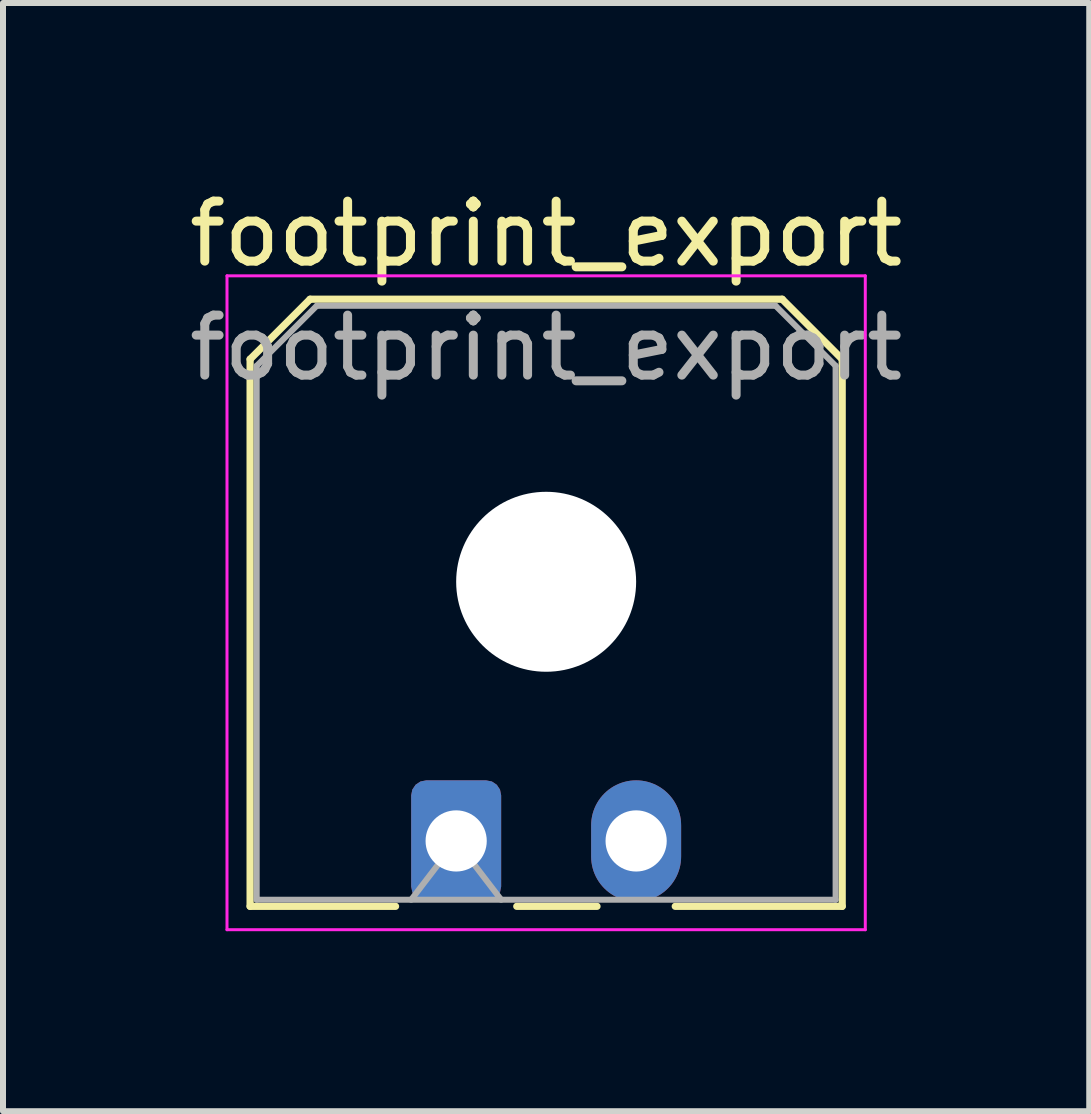
<source format=kicad_pcb>
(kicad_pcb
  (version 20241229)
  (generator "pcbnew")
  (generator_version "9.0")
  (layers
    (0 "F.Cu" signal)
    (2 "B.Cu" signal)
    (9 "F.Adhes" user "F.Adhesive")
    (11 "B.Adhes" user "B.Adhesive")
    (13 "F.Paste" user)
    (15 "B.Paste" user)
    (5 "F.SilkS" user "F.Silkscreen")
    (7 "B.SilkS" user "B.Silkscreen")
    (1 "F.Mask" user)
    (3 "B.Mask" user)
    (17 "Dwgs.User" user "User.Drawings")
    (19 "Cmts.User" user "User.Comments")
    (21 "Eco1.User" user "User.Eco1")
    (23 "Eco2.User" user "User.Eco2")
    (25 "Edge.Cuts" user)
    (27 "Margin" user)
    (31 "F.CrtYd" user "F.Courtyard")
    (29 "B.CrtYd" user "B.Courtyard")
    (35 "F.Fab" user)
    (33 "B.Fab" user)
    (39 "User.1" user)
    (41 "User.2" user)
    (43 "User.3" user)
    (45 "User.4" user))
  (footprint "footprint_export"
    (layer "F.Cu")
    (at 4.554 10.968)
    (property "Reference" "footprint_export" (at 1.5 -10.12 0) (layer "F.SilkS") (effects (font (size 1 1) (thickness 0.15))))
    (attr through_hole)
    (fp_line (start -3.435 -8.03) (end -2.435 -9.03) (stroke (width 0.12) (type solid)) (layer "F.SilkS"))
    (fp_line (start -3.435 1.09) (end -3.435 -8.03) (stroke (width 0.12) (type solid)) (layer "F.SilkS"))
    (fp_line (start -3.435 1.09) (end -1.01 1.09) (stroke (width 0.12) (type solid)) (layer "F.SilkS"))
    (fp_line (start -2.435 -9.03) (end 5.435 -9.03) (stroke (width 0.12) (type solid)) (layer "F.SilkS"))
    (fp_line (start 1.01 1.09) (end 2.348 1.09) (stroke (width 0.12) (type solid)) (layer "F.SilkS"))
    (fp_line (start 5.435 -9.03) (end 6.435 -8.03) (stroke (width 0.12) (type solid)) (layer "F.SilkS"))
    (fp_line (start 6.435 -8.03) (end 6.435 1.09) (stroke (width 0.12) (type solid)) (layer "F.SilkS"))
    (fp_line (start 6.435 1.09) (end 3.652 1.09) (stroke (width 0.12) (type solid)) (layer "F.SilkS"))
    (fp_line (start -3.82 -9.42) (end 6.82 -9.42) (stroke (width 0.05) (type solid)) (layer "F.CrtYd"))
    (fp_line (start -3.82 1.48) (end -3.82 -9.42) (stroke (width 0.05) (type solid)) (layer "F.CrtYd"))
    (fp_line (start 6.82 -9.42) (end 6.82 1.48) (stroke (width 0.05) (type solid)) (layer "F.CrtYd"))
    (fp_line (start 6.82 1.48) (end -3.82 1.48) (stroke (width 0.05) (type solid)) (layer "F.CrtYd"))
    (fp_line (start -3.325 -7.92) (end -2.325 -8.92) (stroke (width 0.1) (type solid)) (layer "F.Fab"))
    (fp_line (start -3.325 0.98) (end -3.325 -7.92) (stroke (width 0.1) (type solid)) (layer "F.Fab"))
    (fp_line (start -2.325 -8.92) (end 5.325 -8.92) (stroke (width 0.1) (type solid)) (layer "F.Fab"))
    (fp_line (start -0.75 0.98) (end 0 0) (stroke (width 0.1) (type solid)) (layer "F.Fab"))
    (fp_line (start 0 0) (end 0.75 0.98) (stroke (width 0.1) (type solid)) (layer "F.Fab"))
    (fp_line (start 5.325 -8.92) (end 6.325 -7.92) (stroke (width 0.1) (type solid)) (layer "F.Fab"))
    (fp_line (start 6.325 -7.92) (end 6.325 0.98) (stroke (width 0.1) (type solid)) (layer "F.Fab"))
    (fp_line (start 6.325 0.98) (end -3.325 0.98) (stroke (width 0.1) (type solid)) (layer "F.Fab"))
    (fp_text user "${REFERENCE}" (at 1.5 -8.22 0) (layer "F.Fab") (effects (font (size 1 1) (thickness 0.15))))
    (pad "" np_thru_hole circle (at 1.5 -4.32) (size 3 3) (drill 3) (layers "*.Cu" "*.Mask"))
    (pad "1" thru_hole roundrect (at 0 0) (size 1.5 2.02) (drill 1.02) (layers "*.Cu" "*.Mask") (roundrect_rratio 0.167))
    (pad "2" thru_hole oval (at 3 0) (size 1.5 2.02) (drill 1.02) (layers "*.Cu" "*.Mask")))
  (gr_rect
    (start -3 -3)
    (end 15.107 15.473)
    (stroke (width 0.1) (type default))
    (fill no)
    (layer "Edge.Cuts")))
</source>
